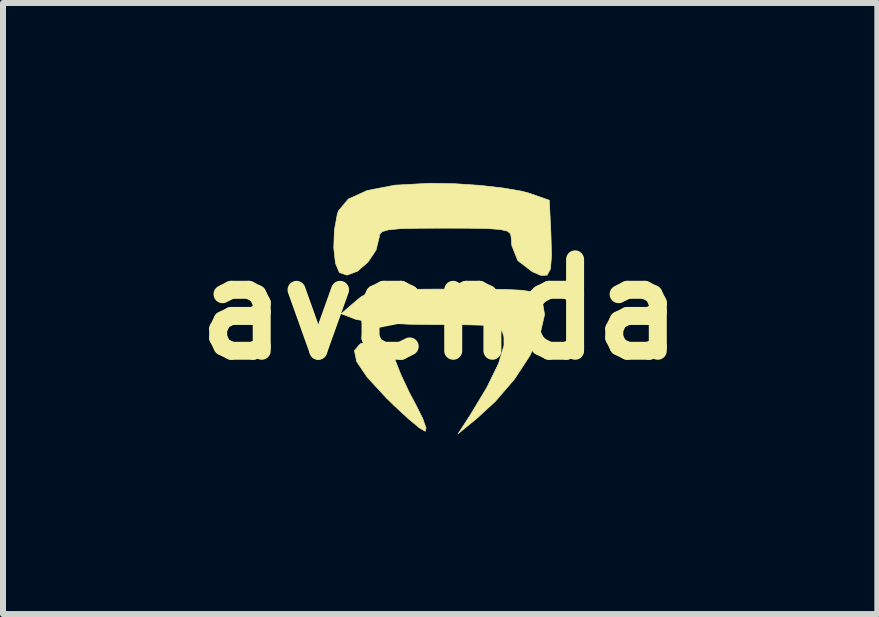
<source format=kicad_pcb>
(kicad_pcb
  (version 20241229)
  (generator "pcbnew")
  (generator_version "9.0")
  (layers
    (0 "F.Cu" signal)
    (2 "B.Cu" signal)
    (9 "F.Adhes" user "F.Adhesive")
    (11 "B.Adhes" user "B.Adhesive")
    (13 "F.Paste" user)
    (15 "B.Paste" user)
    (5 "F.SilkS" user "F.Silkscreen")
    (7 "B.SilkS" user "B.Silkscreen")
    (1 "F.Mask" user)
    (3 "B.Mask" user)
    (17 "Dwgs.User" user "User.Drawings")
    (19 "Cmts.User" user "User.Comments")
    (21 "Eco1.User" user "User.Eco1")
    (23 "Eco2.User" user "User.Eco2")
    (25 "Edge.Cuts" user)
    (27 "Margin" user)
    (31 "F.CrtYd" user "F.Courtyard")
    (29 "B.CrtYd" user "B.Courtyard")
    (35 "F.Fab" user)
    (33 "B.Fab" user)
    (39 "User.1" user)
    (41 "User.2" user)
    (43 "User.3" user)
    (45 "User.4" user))
  (footprint "avenda"
    (layer "F.Cu")
    (at 4.289 2.109)
    (property "Reference" "avenda" (at 0 0 0) (layer "F.SilkS") (effects (font (size 1.524 1.524) (thickness 0.3))))
    (attr through_hole)
    (fp_poly (pts (xy -0.952 0.524) (xy -0.85 0.599) (xy -0.77 0.791) (xy -0.76 0.821) (xy -0.658 1.08) (xy -0.509 1.396) (xy -0.407 1.587) (xy -0.29 1.82) (xy -0.235 1.98) (xy -0.249 2.032) (xy -0.346 1.976) (xy -0.529 1.824) (xy -0.766 1.605) (xy -0.896 1.478) (xy -1.215 1.132) (xy -1.392 0.871) (xy -1.43 0.686) (xy -1.331 0.572) (xy -1.13 0.524) (xy -0.952 0.524)) (stroke (width 0.01) (type solid)) (fill yes) (layer "F.SilkS"))
    (fp_poly (pts (xy 0.728 -0.338) (xy 1.1 -0.333) (xy 1.354 -0.32) (xy 1.516 -0.297) (xy 1.613 -0.261) (xy 1.669 -0.208) (xy 1.7 -0.157) (xy 1.741 0.086) (xy 1.667 0.406) (xy 1.495 0.773) (xy 1.242 1.159) (xy 0.922 1.532) (xy 0.62 1.81) (xy 0.298 2.074) (xy 0.491 1.778) (xy 0.779 1.3) (xy 0.973 0.903) (xy 1.064 0.601) (xy 1.063 0.455) (xy 1.037 0.373) (xy 0.988 0.317) (xy 0.888 0.282) (xy 0.709 0.263) (xy 0.421 0.256) (xy -0.003 0.254) (xy -0.081 0.254) (xy -0.516 0.247) (xy -0.91 0.228) (xy -1.22 0.2) (xy -1.405 0.166) (xy -1.413 0.163) (xy -1.651 0.072) (xy -1.413 -0.133) (xy -1.319 -0.21) (xy -1.219 -0.264) (xy -1.087 -0.301) (xy -0.893 -0.323) (xy -0.609 -0.334) (xy -0.206 -0.338) (xy 0.213 -0.339) (xy 0.728 -0.338)) (stroke (width 0.01) (type solid)) (fill yes) (layer "F.SilkS"))
    (fp_poly (pts (xy 0.243 -2.096) (xy 0.658 -2.069) (xy 1.046 -2.025) (xy 1.354 -1.973) (xy 1.482 -1.939) (xy 1.82 -1.82) (xy 1.846 -1.279) (xy 1.857 -0.905) (xy 1.84 -0.676) (xy 1.783 -0.571) (xy 1.677 -0.567) (xy 1.536 -0.629) (xy 1.294 -0.814) (xy 1.193 -1.068) (xy 1.185 -1.192) (xy 1.174 -1.259) (xy 1.124 -1.304) (xy 1.007 -1.332) (xy 0.796 -1.348) (xy 0.466 -1.354) (xy 0.085 -1.355) (xy -0.367 -1.353) (xy -0.675 -1.345) (xy -0.868 -1.326) (xy -0.971 -1.295) (xy -1.011 -1.246) (xy -1.016 -1.204) (xy -1.069 -0.989) (xy -1.203 -0.789) (xy -1.378 -0.637) (xy -1.553 -0.571) (xy -1.68 -0.614) (xy -1.746 -0.769) (xy -1.774 -1.026) (xy -1.764 -1.321) (xy -1.715 -1.588) (xy -1.697 -1.642) (xy -1.533 -1.839) (xy -1.217 -1.983) (xy -0.756 -2.072) (xy -0.162 -2.104) (xy 0.243 -2.096)) (stroke (width 0.01) (type solid)) (fill yes) (layer "F.SilkS")))
  (gr_rect
    (start -3 -3)
    (end 11.578 7.189)
    (stroke (width 0.1) (type default))
    (fill no)
    (layer "Edge.Cuts")))
</source>
